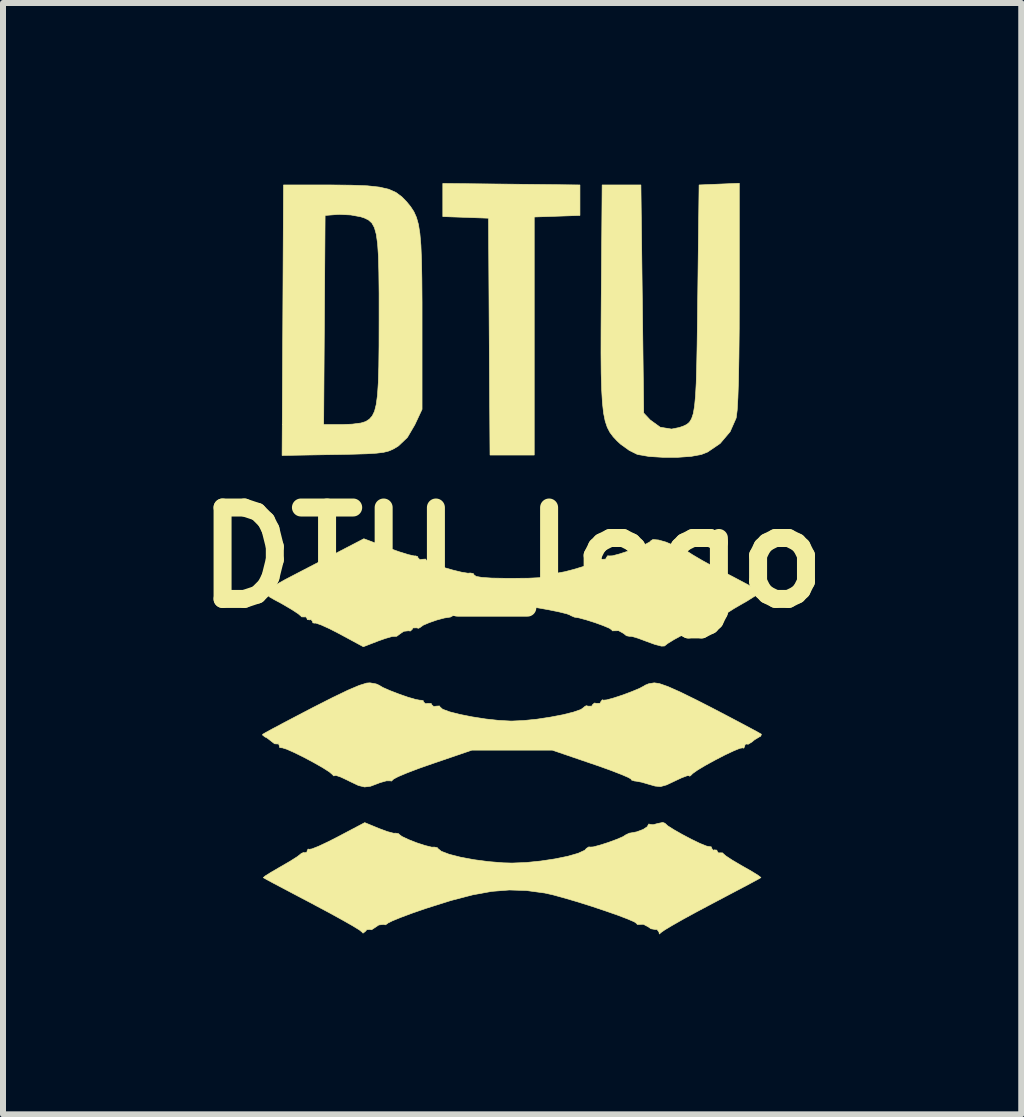
<source format=kicad_pcb>
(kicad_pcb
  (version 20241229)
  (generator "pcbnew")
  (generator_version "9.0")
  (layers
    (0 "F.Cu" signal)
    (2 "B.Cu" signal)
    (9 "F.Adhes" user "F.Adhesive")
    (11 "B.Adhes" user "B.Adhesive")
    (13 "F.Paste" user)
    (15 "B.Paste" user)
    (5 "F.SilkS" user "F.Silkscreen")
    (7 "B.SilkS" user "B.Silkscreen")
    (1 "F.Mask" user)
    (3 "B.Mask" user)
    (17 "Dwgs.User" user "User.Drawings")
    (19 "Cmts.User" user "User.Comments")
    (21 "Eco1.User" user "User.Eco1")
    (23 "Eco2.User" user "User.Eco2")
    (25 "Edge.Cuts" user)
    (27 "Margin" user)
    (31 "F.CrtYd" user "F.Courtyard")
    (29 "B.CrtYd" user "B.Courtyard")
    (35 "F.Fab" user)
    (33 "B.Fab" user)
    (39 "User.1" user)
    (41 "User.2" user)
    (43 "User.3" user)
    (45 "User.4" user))
  (footprint "DTU_logo"
    (layer "F.Cu")
    (at 5.486 6.244)
    (property "Reference" "DTU_logo" (at 0 0 0) (layer "F.SilkS") (effects (font (size 1.524 1.524) (thickness 0.3))))
    (attr through_hole)
    (fp_poly (pts (xy -0.012 -6.224) (xy 1.131 -6.211) (xy 1.131 -5.703) (xy 0.75 -5.69) (xy 0.369 -5.677) (xy 0.369 -1.709) (xy -0.368 -1.709) (xy -0.381 -3.683) (xy -0.393 -5.657) (xy -1.155 -5.684) (xy -1.155 -6.236) (xy -0.012 -6.224)) (stroke (width 0.01) (type solid)) (fill yes) (layer "F.SilkS"))
    (fp_poly (pts (xy 3.787 -4.387) (xy 3.786 -3.822) (xy 3.781 -3.348) (xy 3.774 -2.963) (xy 3.764 -2.667) (xy 3.752 -2.457) (xy 3.736 -2.333) (xy 3.733 -2.322) (xy 3.634 -2.098) (xy 3.467 -1.901) (xy 3.258 -1.759) (xy 3.157 -1.719) (xy 2.986 -1.687) (xy 2.76 -1.671) (xy 2.515 -1.671) (xy 2.285 -1.685) (xy 2.105 -1.716) (xy 2.08 -1.723) (xy 1.952 -1.787) (xy 1.809 -1.89) (xy 1.75 -1.945) (xy 1.685 -2.014) (xy 1.631 -2.086) (xy 1.587 -2.17) (xy 1.552 -2.274) (xy 1.525 -2.407) (xy 1.506 -2.578) (xy 1.493 -2.796) (xy 1.485 -3.07) (xy 1.482 -3.408) (xy 1.483 -3.819) (xy 1.486 -4.312) (xy 1.487 -4.41) (xy 1.501 -6.211) (xy 2.147 -6.211) (xy 2.194 -2.409) (xy 2.302 -2.294) (xy 2.469 -2.173) (xy 2.657 -2.142) (xy 2.787 -2.168) (xy 2.854 -2.191) (xy 2.91 -2.218) (xy 2.955 -2.255) (xy 2.991 -2.313) (xy 3.02 -2.399) (xy 3.041 -2.521) (xy 3.057 -2.689) (xy 3.069 -2.909) (xy 3.077 -3.192) (xy 3.084 -3.544) (xy 3.09 -3.975) (xy 3.094 -4.318) (xy 3.117 -6.211) (xy 3.452 -6.225) (xy 3.787 -6.239) (xy 3.787 -4.387)) (stroke (width 0.01) (type solid)) (fill yes) (layer "F.SilkS"))
    (fp_poly (pts (xy -3.025 -6.211) (xy -2.68 -6.207) (xy -2.413 -6.197) (xy -2.21 -6.175) (xy -2.055 -6.139) (xy -1.936 -6.086) (xy -1.838 -6.013) (xy -1.759 -5.932) (xy -1.692 -5.85) (xy -1.637 -5.766) (xy -1.594 -5.67) (xy -1.561 -5.552) (xy -1.537 -5.4) (xy -1.52 -5.205) (xy -1.51 -4.956) (xy -1.504 -4.643) (xy -1.501 -4.255) (xy -1.501 -3.925) (xy -1.501 -2.471) (xy -1.622 -2.213) (xy -1.745 -2.003) (xy -1.893 -1.862) (xy -1.922 -1.843) (xy -1.99 -1.804) (xy -2.059 -1.775) (xy -2.144 -1.754) (xy -2.26 -1.74) (xy -2.422 -1.73) (xy -2.646 -1.723) (xy -2.946 -1.717) (xy -2.968 -1.717) (xy -3.834 -1.702) (xy -3.831 -2.217) (xy -3.141 -2.217) (xy -2.838 -2.217) (xy -2.665 -2.224) (xy -2.519 -2.243) (xy -2.441 -2.267) (xy -2.38 -2.306) (xy -2.331 -2.361) (xy -2.293 -2.439) (xy -2.265 -2.551) (xy -2.244 -2.706) (xy -2.23 -2.915) (xy -2.222 -3.187) (xy -2.218 -3.531) (xy -2.217 -3.958) (xy -2.217 -3.972) (xy -2.217 -4.402) (xy -2.221 -4.749) (xy -2.228 -5.023) (xy -2.242 -5.233) (xy -2.264 -5.389) (xy -2.295 -5.5) (xy -2.337 -5.576) (xy -2.392 -5.626) (xy -2.461 -5.66) (xy -2.525 -5.681) (xy -2.689 -5.711) (xy -2.872 -5.72) (xy -2.909 -5.719) (xy -3.117 -5.703) (xy -3.141 -2.217) (xy -3.831 -2.217) (xy -3.81 -6.211) (xy -3.025 -6.211)) (stroke (width 0.01) (type solid)) (fill yes) (layer "F.SilkS"))
    (fp_poly (pts (xy 2.454 2.1) (xy 2.597 2.15) (xy 2.802 2.241) (xy 3.077 2.376) (xy 3.316 2.498) (xy 3.567 2.629) (xy 3.789 2.746) (xy 3.969 2.842) (xy 4.095 2.91) (xy 4.154 2.944) (xy 4.156 2.945) (xy 4.144 2.978) (xy 4.121 2.989) (xy 4.039 3.039) (xy 3.999 3.073) (xy 3.935 3.112) (xy 3.908 3.107) (xy 3.882 3.116) (xy 3.879 3.14) (xy 3.862 3.178) (xy 3.848 3.171) (xy 3.798 3.179) (xy 3.69 3.223) (xy 3.544 3.292) (xy 3.382 3.376) (xy 3.225 3.462) (xy 3.093 3.541) (xy 3.008 3.601) (xy 2.991 3.62) (xy 2.96 3.646) (xy 2.956 3.636) (xy 2.919 3.636) (xy 2.823 3.672) (xy 2.717 3.722) (xy 2.575 3.789) (xy 2.476 3.817) (xy 2.384 3.809) (xy 2.289 3.782) (xy 2.159 3.744) (xy 2.062 3.726) (xy 2.044 3.725) (xy 1.99 3.708) (xy 1.986 3.695) (xy 1.944 3.668) (xy 1.831 3.619) (xy 1.659 3.552) (xy 1.446 3.475) (xy 1.328 3.435) (xy 0.67 3.21) (xy -0.67 3.21) (xy -1.328 3.435) (xy -1.557 3.515) (xy -1.751 3.589) (xy -1.896 3.65) (xy -1.975 3.691) (xy -1.986 3.703) (xy -2.014 3.727) (xy -2.027 3.721) (xy -2.093 3.721) (xy -2.203 3.752) (xy -2.233 3.764) (xy -2.361 3.812) (xy -2.459 3.824) (xy -2.562 3.799) (xy -2.705 3.731) (xy -2.736 3.715) (xy -2.857 3.658) (xy -2.937 3.631) (xy -2.956 3.636) (xy -2.976 3.639) (xy -2.991 3.62) (xy -3.047 3.572) (xy -3.16 3.5) (xy -3.308 3.416) (xy -3.471 3.329) (xy -3.627 3.252) (xy -3.755 3.195) (xy -3.834 3.17) (xy -3.848 3.171) (xy -3.876 3.165) (xy -3.879 3.14) (xy -3.895 3.101) (xy -3.908 3.107) (xy -3.959 3.104) (xy -3.999 3.073) (xy -4.083 3.008) (xy -4.121 2.989) (xy -4.161 2.957) (xy -4.156 2.945) (xy -4.11 2.918) (xy -3.995 2.855) (xy -3.822 2.763) (xy -3.607 2.65) (xy -3.36 2.521) (xy -3.316 2.498) (xy -2.989 2.332) (xy -2.735 2.21) (xy -2.549 2.131) (xy -2.424 2.092) (xy -2.369 2.088) (xy -2.267 2.106) (xy -2.217 2.128) (xy -2.155 2.165) (xy -2.037 2.217) (xy -1.889 2.274) (xy -1.738 2.327) (xy -1.61 2.364) (xy -1.531 2.379) (xy -1.521 2.377) (xy -1.481 2.385) (xy -1.478 2.404) (xy -1.444 2.437) (xy -1.409 2.431) (xy -1.349 2.432) (xy -1.339 2.454) (xy -1.306 2.484) (xy -1.27 2.477) (xy -1.21 2.473) (xy -1.201 2.49) (xy -1.158 2.528) (xy -1.042 2.571) (xy -0.872 2.614) (xy -0.666 2.655) (xy -0.443 2.69) (xy -0.223 2.714) (xy -0.024 2.725) (xy 0 2.725) (xy 0.195 2.716) (xy 0.414 2.694) (xy 0.637 2.66) (xy 0.846 2.62) (xy 1.022 2.576) (xy 1.146 2.533) (xy 1.2 2.494) (xy 1.201 2.49) (xy 1.235 2.469) (xy 1.27 2.477) (xy 1.329 2.476) (xy 1.339 2.454) (xy 1.373 2.424) (xy 1.409 2.431) (xy 1.468 2.428) (xy 1.478 2.404) (xy 1.504 2.37) (xy 1.521 2.377) (xy 1.578 2.372) (xy 1.694 2.34) (xy 1.841 2.292) (xy 1.993 2.235) (xy 2.123 2.181) (xy 2.205 2.137) (xy 2.217 2.128) (xy 2.275 2.104) (xy 2.369 2.088) (xy 2.454 2.1)) (stroke (width 0.01) (type solid)) (fill yes) (layer "F.SilkS"))
    (fp_poly (pts (xy 2.548 4.429) (xy 2.595 4.472) (xy 2.7 4.538) (xy 2.839 4.617) (xy 2.991 4.697) (xy 3.132 4.765) (xy 3.241 4.809) (xy 3.294 4.819) (xy 3.294 4.818) (xy 3.322 4.823) (xy 3.325 4.844) (xy 3.352 4.879) (xy 3.371 4.872) (xy 3.414 4.877) (xy 3.417 4.895) (xy 3.444 4.927) (xy 3.46 4.921) (xy 3.511 4.923) (xy 3.517 4.933) (xy 3.563 4.973) (xy 3.668 5.042) (xy 3.814 5.128) (xy 3.847 5.147) (xy 3.993 5.23) (xy 4.099 5.296) (xy 4.147 5.332) (xy 4.147 5.335) (xy 4.104 5.36) (xy 3.991 5.421) (xy 3.822 5.511) (xy 3.609 5.623) (xy 3.365 5.752) (xy 3.325 5.773) (xy 3.075 5.906) (xy 2.853 6.027) (xy 2.672 6.13) (xy 2.545 6.206) (xy 2.485 6.248) (xy 2.483 6.25) (xy 2.454 6.275) (xy 2.448 6.242) (xy 2.415 6.198) (xy 2.39 6.2) (xy 2.314 6.187) (xy 2.269 6.155) (xy 2.187 6.112) (xy 2.142 6.115) (xy 2.086 6.116) (xy 2.078 6.101) (xy 2.037 6.072) (xy 1.923 6.023) (xy 1.755 5.959) (xy 1.548 5.887) (xy 1.321 5.811) (xy 1.089 5.738) (xy 0.87 5.674) (xy 0.681 5.622) (xy 0.538 5.59) (xy 0.534 5.59) (xy 0.239 5.55) (xy -0.046 5.541) (xy -0.338 5.564) (xy -0.657 5.622) (xy -1.021 5.717) (xy -1.443 5.85) (xy -1.668 5.928) (xy -1.858 5.999) (xy -1.997 6.056) (xy -2.071 6.093) (xy -2.078 6.101) (xy -2.112 6.122) (xy -2.142 6.115) (xy -2.222 6.124) (xy -2.275 6.16) (xy -2.342 6.204) (xy -2.375 6.199) (xy -2.422 6.203) (xy -2.445 6.23) (xy -2.485 6.261) (xy -2.5 6.244) (xy -2.544 6.208) (xy -2.658 6.138) (xy -2.829 6.041) (xy -3.043 5.923) (xy -3.289 5.792) (xy -3.325 5.772) (xy -3.573 5.642) (xy -3.792 5.526) (xy -3.969 5.433) (xy -4.091 5.367) (xy -4.146 5.336) (xy -4.147 5.335) (xy -4.117 5.308) (xy -4.023 5.249) (xy -3.886 5.169) (xy -3.847 5.147) (xy -3.696 5.059) (xy -3.58 4.985) (xy -3.521 4.939) (xy -3.517 4.933) (xy -3.473 4.915) (xy -3.46 4.921) (xy -3.421 4.911) (xy -3.417 4.89) (xy -3.4 4.857) (xy -3.387 4.864) (xy -3.337 4.856) (xy -3.223 4.811) (xy -3.064 4.736) (xy -2.907 4.656) (xy -2.456 4.418) (xy -2.216 4.517) (xy -2.078 4.568) (xy -1.975 4.595) (xy -1.938 4.594) (xy -1.89 4.603) (xy -1.886 4.611) (xy -1.836 4.649) (xy -1.726 4.701) (xy -1.588 4.755) (xy -1.449 4.8) (xy -1.34 4.827) (xy -1.294 4.826) (xy -1.245 4.836) (xy -1.239 4.848) (xy -1.18 4.896) (xy -1.048 4.946) (xy -0.86 4.994) (xy -0.635 5.036) (xy -0.391 5.068) (xy -0.148 5.088) (xy 0 5.092) (xy 0.234 5.083) (xy 0.479 5.058) (xy 0.718 5.022) (xy 0.932 4.978) (xy 1.102 4.929) (xy 1.211 4.879) (xy 1.239 4.848) (xy 1.282 4.821) (xy 1.294 4.826) (xy 1.352 4.823) (xy 1.465 4.793) (xy 1.606 4.748) (xy 1.744 4.697) (xy 1.851 4.651) (xy 1.893 4.623) (xy 1.956 4.593) (xy 1.963 4.593) (xy 2.077 4.572) (xy 2.186 4.531) (xy 2.255 4.485) (xy 2.263 4.467) (xy 2.281 4.439) (xy 2.291 4.446) (xy 2.35 4.453) (xy 2.426 4.433) (xy 2.512 4.415) (xy 2.548 4.429)) (stroke (width 0.01) (type solid)) (fill yes) (layer "F.SilkS"))
    (fp_poly (pts (xy -2.059 -0.159) (xy -1.877 -0.095) (xy -1.728 -0.049) (xy -1.631 -0.027) (xy -1.609 -0.028) (xy -1.573 -0.016) (xy -1.57 0.002) (xy -1.537 0.035) (xy -1.501 0.029) (xy -1.441 0.025) (xy -1.432 0.041) (xy -1.391 0.072) (xy -1.286 0.116) (xy -1.142 0.164) (xy -0.985 0.209) (xy -0.841 0.244) (xy -0.735 0.261) (xy -0.698 0.257) (xy -0.647 0.266) (xy -0.635 0.288) (xy -0.599 0.314) (xy -0.503 0.331) (xy -0.338 0.342) (xy -0.093 0.346) (xy 0 0.346) (xy 0.271 0.344) (xy 0.46 0.335) (xy 0.576 0.32) (xy 0.63 0.297) (xy 0.635 0.288) (xy 0.678 0.251) (xy 0.698 0.257) (xy 0.76 0.258) (xy 0.879 0.236) (xy 1.029 0.197) (xy 1.185 0.15) (xy 1.32 0.103) (xy 1.41 0.062) (xy 1.432 0.041) (xy 1.466 0.021) (xy 1.501 0.029) (xy 1.56 0.026) (xy 1.57 0.002) (xy 1.595 -0.032) (xy 1.611 -0.027) (xy 1.67 -0.029) (xy 1.785 -0.059) (xy 1.93 -0.106) (xy 2.081 -0.161) (xy 2.21 -0.216) (xy 2.293 -0.259) (xy 2.309 -0.277) (xy 2.347 -0.301) (xy 2.441 -0.293) (xy 2.565 -0.258) (xy 2.666 -0.215) (xy 2.767 -0.173) (xy 2.831 -0.169) (xy 2.834 -0.171) (xy 2.862 -0.166) (xy 2.863 -0.152) (xy 2.902 -0.115) (xy 3.009 -0.046) (xy 3.169 0.048) (xy 3.368 0.157) (xy 3.452 0.201) (xy 3.668 0.313) (xy 3.857 0.413) (xy 4.003 0.491) (xy 4.09 0.539) (xy 4.103 0.547) (xy 4.111 0.583) (xy 4.05 0.64) (xy 3.914 0.726) (xy 3.849 0.763) (xy 3.697 0.851) (xy 3.581 0.925) (xy 3.521 0.972) (xy 3.517 0.978) (xy 3.473 0.997) (xy 3.46 0.99) (xy 3.42 0.999) (xy 3.417 1.016) (xy 3.389 1.046) (xy 3.371 1.039) (xy 3.329 1.046) (xy 3.325 1.067) (xy 3.307 1.101) (xy 3.294 1.093) (xy 3.245 1.101) (xy 3.139 1.144) (xy 2.998 1.21) (xy 2.844 1.288) (xy 2.702 1.365) (xy 2.593 1.432) (xy 2.54 1.474) (xy 2.489 1.476) (xy 2.378 1.447) (xy 2.246 1.399) (xy 2.102 1.345) (xy 1.996 1.314) (xy 1.952 1.312) (xy 1.906 1.303) (xy 1.859 1.265) (xy 1.776 1.219) (xy 1.726 1.22) (xy 1.67 1.221) (xy 1.663 1.207) (xy 1.623 1.178) (xy 1.521 1.135) (xy 1.384 1.085) (xy 1.239 1.039) (xy 1.114 1.005) (xy 1.039 0.993) (xy 0.972 0.964) (xy 0.968 0.959) (xy 0.914 0.938) (xy 0.79 0.907) (xy 0.615 0.871) (xy 0.471 0.845) (xy 0.25 0.809) (xy 0.084 0.79) (xy -0.062 0.789) (xy -0.222 0.805) (xy -0.433 0.838) (xy -0.471 0.845) (xy -0.669 0.881) (xy -0.832 0.916) (xy -0.938 0.945) (xy -0.968 0.959) (xy -1.032 0.993) (xy -1.039 0.993) (xy -1.129 1.007) (xy -1.253 1.04) (xy -1.38 1.084) (xy -1.481 1.127) (xy -1.524 1.158) (xy -1.524 1.159) (xy -1.558 1.179) (xy -1.593 1.171) (xy -1.653 1.173) (xy -1.663 1.194) (xy -1.696 1.225) (xy -1.726 1.22) (xy -1.806 1.229) (xy -1.859 1.265) (xy -1.923 1.312) (xy -1.951 1.313) (xy -2.002 1.316) (xy -2.112 1.348) (xy -2.226 1.388) (xy -2.48 1.486) (xy -2.872 1.274) (xy -3.043 1.186) (xy -3.182 1.123) (xy -3.272 1.092) (xy -3.294 1.093) (xy -3.322 1.088) (xy -3.325 1.067) (xy -3.352 1.032) (xy -3.371 1.039) (xy -3.414 1.034) (xy -3.417 1.016) (xy -3.444 0.985) (xy -3.46 0.99) (xy -3.511 0.988) (xy -3.517 0.978) (xy -3.563 0.938) (xy -3.668 0.869) (xy -3.814 0.783) (xy -3.847 0.764) (xy -3.958 0.705) (xy -4.04 0.658) (xy -4.086 0.618) (xy -4.091 0.576) (xy -4.047 0.525) (xy -3.949 0.46) (xy -3.79 0.371) (xy -3.564 0.253) (xy -3.263 0.097) (xy -3.233 0.082) (xy -2.471 -0.314) (xy -2.059 -0.159)) (stroke (width 0.01) (type solid)) (fill yes) (layer "F.SilkS")))
  (gr_rect
    (start -3 -3)
    (end 13.973 15.524)
    (stroke (width 0.1) (type default))
    (fill no)
    (layer "Edge.Cuts")))
</source>
